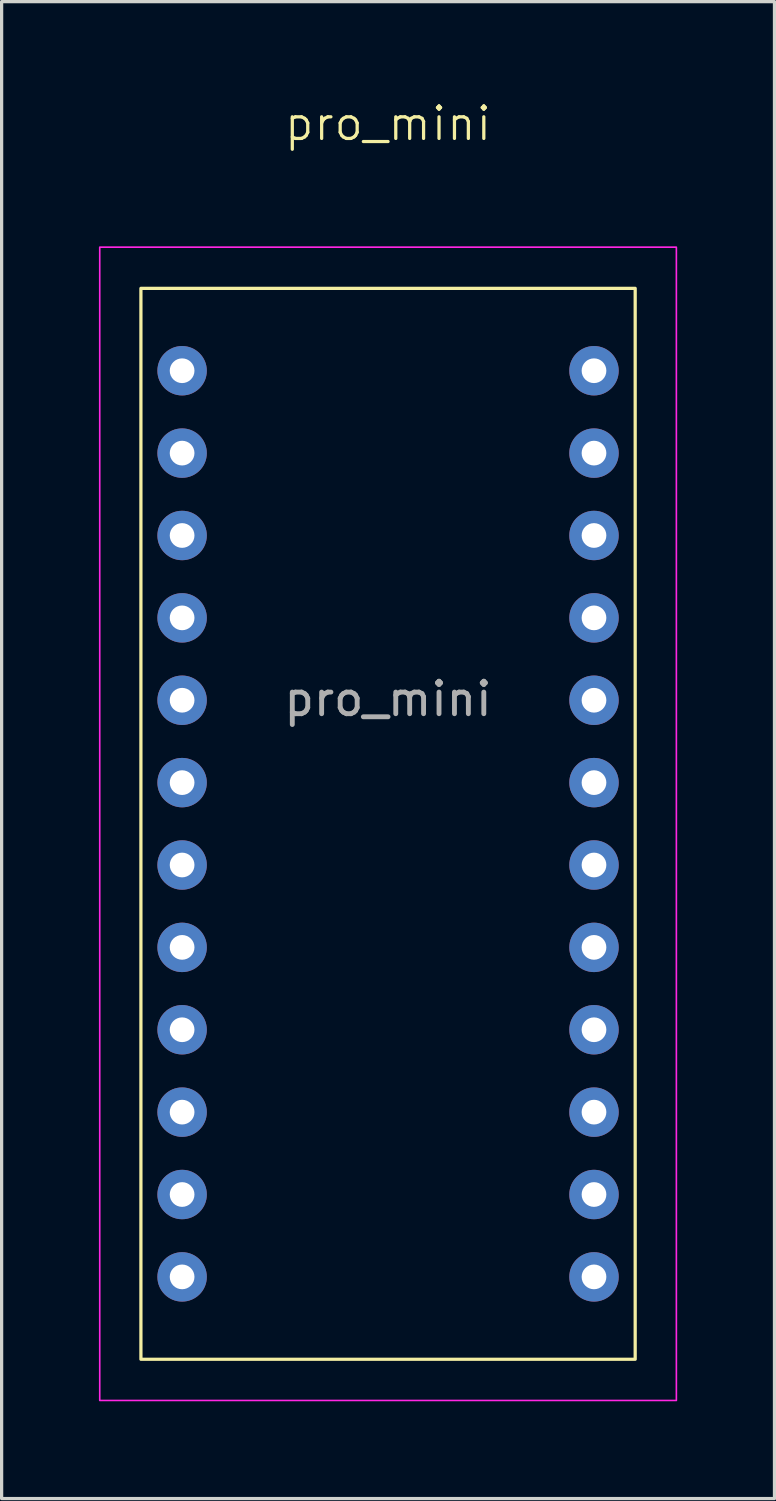
<source format=kicad_pcb>
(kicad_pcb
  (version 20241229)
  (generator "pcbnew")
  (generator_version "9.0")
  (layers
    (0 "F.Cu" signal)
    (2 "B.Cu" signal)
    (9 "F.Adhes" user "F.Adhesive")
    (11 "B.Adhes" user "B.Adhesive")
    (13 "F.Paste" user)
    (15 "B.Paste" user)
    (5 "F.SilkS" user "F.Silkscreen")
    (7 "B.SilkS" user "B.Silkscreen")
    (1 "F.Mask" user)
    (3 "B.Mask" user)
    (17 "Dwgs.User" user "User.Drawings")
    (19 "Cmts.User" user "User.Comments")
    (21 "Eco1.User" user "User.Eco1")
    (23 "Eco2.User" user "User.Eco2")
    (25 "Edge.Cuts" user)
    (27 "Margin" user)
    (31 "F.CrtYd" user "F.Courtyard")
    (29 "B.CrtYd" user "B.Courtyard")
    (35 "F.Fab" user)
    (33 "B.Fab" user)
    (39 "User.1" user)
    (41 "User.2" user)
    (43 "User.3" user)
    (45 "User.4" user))
  (footprint "pro_mini"
    (layer "F.Cu")
    (at 8.915 22.351)
    (property "Reference" "pro_mini" (at 0 -21.59 0) (unlocked yes) (layer "F.SilkS") (effects (font (size 1 1) (thickness 0.1))))
    (attr through_hole)
    (fp_rect (start -7.62 -16.51) (end 7.62 16.51) (stroke (width 0.1) (type default)) (fill no) (layer "F.SilkS"))
    (fp_rect (start -8.89 -17.78) (end 8.89 17.78) (stroke (width 0.05) (type default)) (fill no) (layer "F.CrtYd"))
    (fp_text user "${REFERENCE}" (at 0 -3.85 0) (unlocked yes) (layer "F.Fab") (effects (font (size 1 1) (thickness 0.15))))
    (pad "1" thru_hole circle (at 6.35 -13.97) (size 1.524 1.524) (drill 0.762) (layers "*.Cu" "*.Mask"))
    (pad "2" thru_hole circle (at 6.35 -11.43) (size 1.524 1.524) (drill 0.762) (layers "*.Cu" "*.Mask"))
    (pad "3" thru_hole circle (at 6.35 -8.89) (size 1.524 1.524) (drill 0.762) (layers "*.Cu" "*.Mask"))
    (pad "4" thru_hole circle (at 6.35 -6.35) (size 1.524 1.524) (drill 0.762) (layers "*.Cu" "*.Mask"))
    (pad "5" thru_hole circle (at 6.35 -3.81) (size 1.524 1.524) (drill 0.762) (layers "*.Cu" "*.Mask"))
    (pad "6" thru_hole circle (at 6.35 -1.27) (size 1.524 1.524) (drill 0.762) (layers "*.Cu" "*.Mask"))
    (pad "7" thru_hole circle (at 6.35 1.27) (size 1.524 1.524) (drill 0.762) (layers "*.Cu" "*.Mask"))
    (pad "8" thru_hole circle (at 6.35 3.81) (size 1.524 1.524) (drill 0.762) (layers "*.Cu" "*.Mask"))
    (pad "9" thru_hole circle (at 6.35 6.35) (size 1.524 1.524) (drill 0.762) (layers "*.Cu" "*.Mask"))
    (pad "10" thru_hole circle (at 6.35 8.89) (size 1.524 1.524) (drill 0.762) (layers "*.Cu" "*.Mask"))
    (pad "11" thru_hole circle (at 6.35 11.43) (size 1.524 1.524) (drill 0.762) (layers "*.Cu" "*.Mask"))
    (pad "12" thru_hole circle (at 6.35 13.97) (size 1.524 1.524) (drill 0.762) (layers "*.Cu" "*.Mask"))
    (pad "13" thru_hole circle (at -6.35 -13.97) (size 1.524 1.524) (drill 0.762) (layers "*.Cu" "*.Mask"))
    (pad "14" thru_hole circle (at -6.35 -11.43) (size 1.524 1.524) (drill 0.762) (layers "*.Cu" "*.Mask"))
    (pad "15" thru_hole circle (at -6.35 -8.89) (size 1.524 1.524) (drill 0.762) (layers "*.Cu" "*.Mask"))
    (pad "16" thru_hole circle (at -6.35 -6.35) (size 1.524 1.524) (drill 0.762) (layers "*.Cu" "*.Mask"))
    (pad "17" thru_hole circle (at -6.35 -3.81) (size 1.524 1.524) (drill 0.762) (layers "*.Cu" "*.Mask"))
    (pad "18" thru_hole circle (at -6.35 -1.27) (size 1.524 1.524) (drill 0.762) (layers "*.Cu" "*.Mask"))
    (pad "19" thru_hole circle (at -6.35 1.27) (size 1.524 1.524) (drill 0.762) (layers "*.Cu" "*.Mask"))
    (pad "20" thru_hole circle (at -6.35 3.81) (size 1.524 1.524) (drill 0.762) (layers "*.Cu" "*.Mask"))
    (pad "21" thru_hole circle (at -6.35 6.35) (size 1.524 1.524) (drill 0.762) (layers "*.Cu" "*.Mask"))
    (pad "22" thru_hole circle (at -6.35 8.89) (size 1.524 1.524) (drill 0.762) (layers "*.Cu" "*.Mask"))
    (pad "23" thru_hole circle (at -6.35 11.43) (size 1.524 1.524) (drill 0.762) (layers "*.Cu" "*.Mask"))
    (pad "24" thru_hole circle (at -6.35 13.97) (size 1.524 1.524) (drill 0.762) (layers "*.Cu" "*.Mask")))
  (gr_rect
    (start -3 -3)
    (end 20.83 43.156)
    (stroke (width 0.1) (type default))
    (fill no)
    (layer "Edge.Cuts")))
</source>
